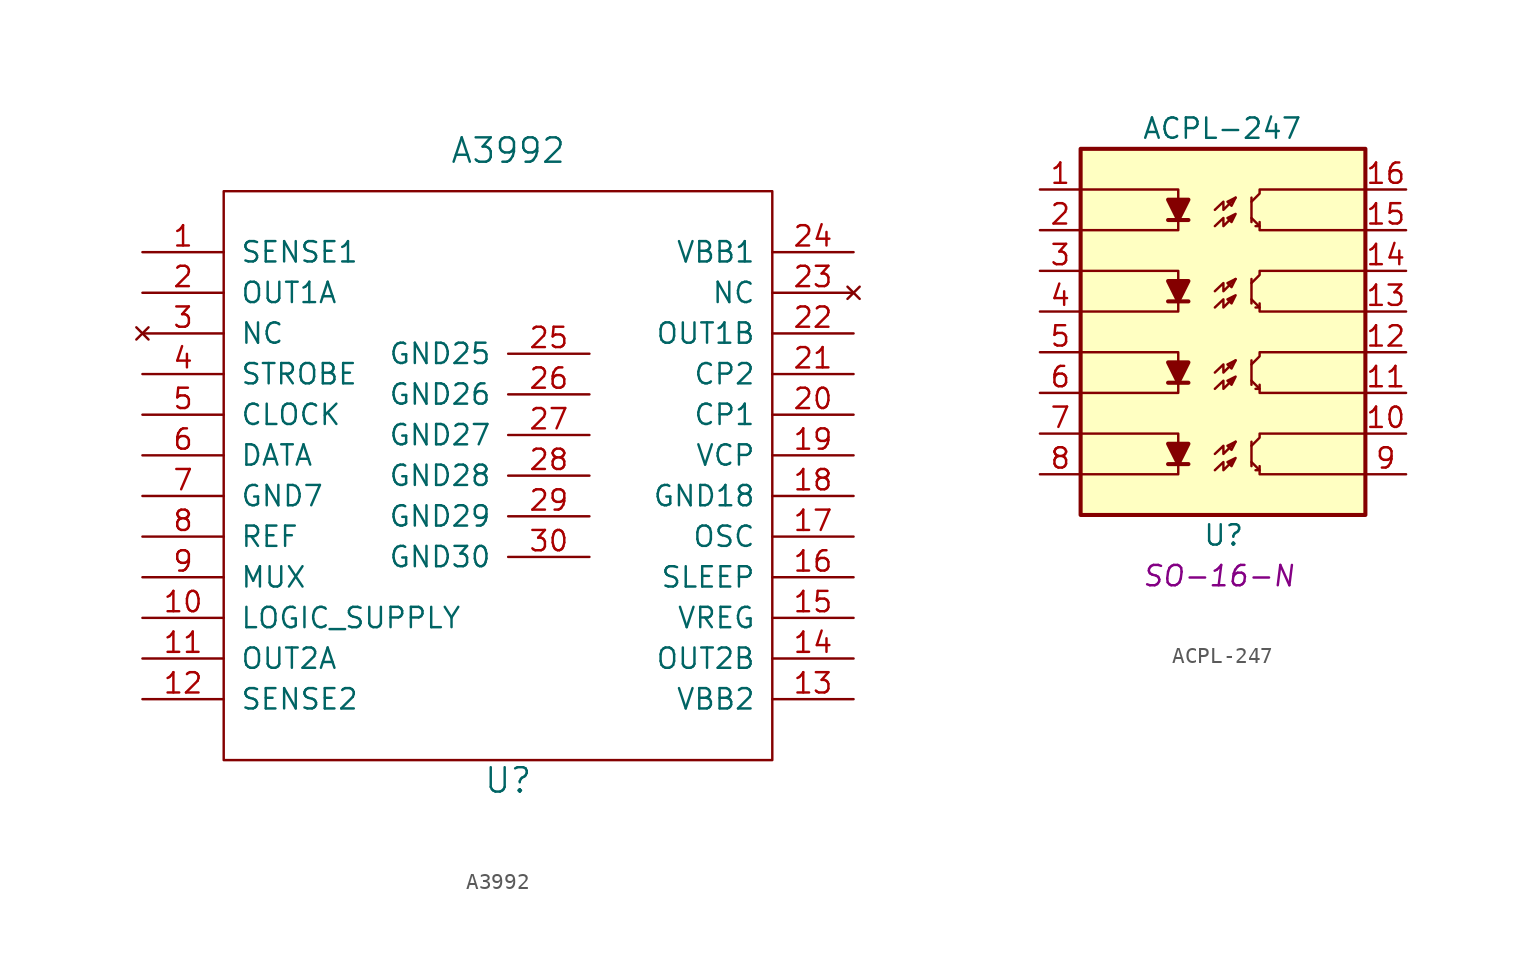
<source format=kicad_sym>
(kicad_symbol_lib
  (version 20231120)
  (generator "kicad_symbol_editor")
  (generator_version "8.0")
  (symbol "A3992"
    (pin_names
      (offset 1.016))
    (property "Reference" "U"
      (at 0 -19.05 0)
      (effects (font (size 1.524 1.524))))
    (property "Value" "A3992"
      (at 0 20.32 0)
      (effects (font (size 1.524 1.524))))
    (property "Footprint" ""
      (at 0 20.32 0)
      (effects (font (size 1.524 1.524))))
    (property "Datasheet" ""
      (at 0 20.32 0)
      (effects (font (size 1.524 1.524))))
    (symbol "A3992_0_1"
      (rectangle (start -17.78 17.78) (end 16.51 -17.78) (stroke (width 0) (type solid)) (fill (type none))))
    (symbol "A3992_1_1"
      (pin output line (at -22.86 13.97 0) (length 5.08) (name "SENSE1" (effects (font (size 1.27 1.27)))) (number "1" (effects (font (size 1.27 1.27)))))
      (pin power_in line (at -22.86 -8.89 0) (length 5.08) (name "LOGIC_SUPPLY" (effects (font (size 1.27 1.27)))) (number "10" (effects (font (size 1.27 1.27)))))
      (pin output line (at -22.86 -11.43 0) (length 5.08) (name "OUT2A" (effects (font (size 1.27 1.27)))) (number "11" (effects (font (size 1.27 1.27)))))
      (pin output line (at -22.86 -13.97 0) (length 5.08) (name "SENSE2" (effects (font (size 1.27 1.27)))) (number "12" (effects (font (size 1.27 1.27)))))
      (pin power_in line (at 21.59 -13.97 180) (length 5.08) (name "VBB2" (effects (font (size 1.27 1.27)))) (number "13" (effects (font (size 1.27 1.27)))))
      (pin output line (at 21.59 -11.43 180) (length 5.08) (name "OUT2B" (effects (font (size 1.27 1.27)))) (number "14" (effects (font (size 1.27 1.27)))))
      (pin bidirectional line (at 21.59 -8.89 180) (length 5.08) (name "VREG" (effects (font (size 1.27 1.27)))) (number "15" (effects (font (size 1.27 1.27)))))
      (pin input line (at 21.59 -6.35 180) (length 5.08) (name "SLEEP" (effects (font (size 1.27 1.27)))) (number "16" (effects (font (size 1.27 1.27)))))
      (pin input line (at 21.59 -3.81 180) (length 5.08) (name "OSC" (effects (font (size 1.27 1.27)))) (number "17" (effects (font (size 1.27 1.27)))))
      (pin power_in line (at 21.59 -1.27 180) (length 5.08) (name "GND18" (effects (font (size 1.27 1.27)))) (number "18" (effects (font (size 1.27 1.27)))))
      (pin passive line (at 21.59 1.27 180) (length 5.08) (name "VCP" (effects (font (size 1.27 1.27)))) (number "19" (effects (font (size 1.27 1.27)))))
      (pin output line (at -22.86 11.43 0) (length 5.08) (name "OUT1A" (effects (font (size 1.27 1.27)))) (number "2" (effects (font (size 1.27 1.27)))))
      (pin bidirectional line (at 21.59 3.81 180) (length 5.08) (name "CP1" (effects (font (size 1.27 1.27)))) (number "20" (effects (font (size 1.27 1.27)))))
      (pin bidirectional line (at 21.59 6.35 180) (length 5.08) (name "CP2" (effects (font (size 1.27 1.27)))) (number "21" (effects (font (size 1.27 1.27)))))
      (pin output line (at 21.59 8.89 180) (length 5.08) (name "OUT1B" (effects (font (size 1.27 1.27)))) (number "22" (effects (font (size 1.27 1.27)))))
      (pin no_connect line (at 21.59 11.43 180) (length 5.08) (name "NC" (effects (font (size 1.27 1.27)))) (number "23" (effects (font (size 1.27 1.27)))))
      (pin input line (at 21.59 13.97 180) (length 5.08) (name "VBB1" (effects (font (size 1.27 1.27)))) (number "24" (effects (font (size 1.27 1.27)))))
      (pin power_in line (at 5.08 7.62 180) (length 5.08) (name "GND25" (effects (font (size 1.27 1.27)))) (number "25" (effects (font (size 1.27 1.27)))))
      (pin power_in line (at 5.08 5.08 180) (length 5.08) (name "GND26" (effects (font (size 1.27 1.27)))) (number "26" (effects (font (size 1.27 1.27)))))
      (pin power_in line (at 5.08 2.54 180) (length 5.08) (name "GND27" (effects (font (size 1.27 1.27)))) (number "27" (effects (font (size 1.27 1.27)))))
      (pin power_in line (at 5.08 0 180) (length 5.08) (name "GND28" (effects (font (size 1.27 1.27)))) (number "28" (effects (font (size 1.27 1.27)))))
      (pin power_in line (at 5.08 -2.54 180) (length 5.08) (name "GND29" (effects (font (size 1.27 1.27)))) (number "29" (effects (font (size 1.27 1.27)))))
      (pin no_connect line (at -22.86 8.89 0) (length 5.08) (name "NC" (effects (font (size 1.27 1.27)))) (number "3" (effects (font (size 1.27 1.27)))))
      (pin power_in line (at 5.08 -5.08 180) (length 5.08) (name "GND30" (effects (font (size 1.27 1.27)))) (number "30" (effects (font (size 1.27 1.27)))))
      (pin input line (at -22.86 6.35 0) (length 5.08) (name "STROBE" (effects (font (size 1.27 1.27)))) (number "4" (effects (font (size 1.27 1.27)))))
      (pin input line (at -22.86 3.81 0) (length 5.08) (name "CLOCK" (effects (font (size 1.27 1.27)))) (number "5" (effects (font (size 1.27 1.27)))))
      (pin input line (at -22.86 1.27 0) (length 5.08) (name "DATA" (effects (font (size 1.27 1.27)))) (number "6" (effects (font (size 1.27 1.27)))))
      (pin power_in line (at -22.86 -1.27 0) (length 5.08) (name "GND7" (effects (font (size 1.27 1.27)))) (number "7" (effects (font (size 1.27 1.27)))))
      (pin passive line (at -22.86 -3.81 0) (length 5.08) (name "REF" (effects (font (size 1.27 1.27)))) (number "8" (effects (font (size 1.27 1.27)))))
      (pin input line (at -22.86 -6.35 0) (length 5.08) (name "MUX" (effects (font (size 1.27 1.27)))) (number "9" (effects (font (size 1.27 1.27)))))))
  (symbol "ACPL-247"
    (pin_names
      (offset 1.016))
    (property "Reference" "U"
      (at -1.27 -12.7 0)
      (effects (font (size 1.27 1.27)) (justify left)))
    (property "Value" "ACPL-247"
      (at -5.08 12.7 0)
      (effects (font (size 1.27 1.27)) (justify left)))
    (property "Footprint" "SO-16-N"
      (at -5.08 -15.24 0)
      (effects (font (size 1.27 1.27) (italic yes)) (justify left)))
    (property "Datasheet" ""
      (at 0 -2.794 0)
      (effects (font (size 1.27 1.27)) (justify left)))
    (symbol "ACPL-247_0_1"
      (rectangle (start -8.89 11.43) (end 8.89 -11.43) (stroke (width 0.254) (type solid)) (fill (type background)))
      (polyline (pts (xy -3.429 -8.255) (xy -2.159 -8.255)) (stroke (width 0.254) (type solid)) (fill (type none)))
      (polyline (pts (xy -3.429 -3.175) (xy -2.159 -3.175)) (stroke (width 0.254) (type solid)) (fill (type none)))
      (polyline (pts (xy -3.429 1.905) (xy -2.159 1.905)) (stroke (width 0.254) (type solid)) (fill (type none)))
      (polyline (pts (xy -3.429 6.985) (xy -2.159 6.985)) (stroke (width 0.254) (type solid)) (fill (type none)))
      (polyline (pts (xy 1.778 -6.858) (xy 1.778 -8.382)) (stroke (width 0) (type solid)) (fill (type none)))
      (polyline (pts (xy 1.778 -1.778) (xy 1.778 -3.302)) (stroke (width 0) (type solid)) (fill (type none)))
      (polyline (pts (xy 1.778 3.302) (xy 1.778 1.778)) (stroke (width 0) (type solid)) (fill (type none)))
      (polyline (pts (xy 1.778 6.858) (xy 1.778 8.382)) (stroke (width 0) (type solid)) (fill (type none)))
      (polyline (pts (xy 2.286 -8.382) (xy 2.286 -8.636) (xy 2.032 -8.636)) (stroke (width 0) (type solid)) (fill (type none)))
      (polyline (pts (xy 2.286 -3.302) (xy 2.286 -3.556) (xy 2.032 -3.556)) (stroke (width 0) (type solid)) (fill (type none)))
      (polyline (pts (xy 2.286 1.778) (xy 2.286 1.524) (xy 2.032 1.524)) (stroke (width 0) (type solid)) (fill (type none)))
      (polyline (pts (xy 2.286 6.858) (xy 2.286 6.604) (xy 2.032 6.604)) (stroke (width 0) (type solid)) (fill (type none)))
      (polyline (pts (xy -8.89 -6.35) (xy -2.794 -6.35) (xy -2.794 -8.89) (xy -8.89 -8.89)) (stroke (width 0) (type solid)) (fill (type none)))
      (polyline (pts (xy -8.89 -1.27) (xy -2.794 -1.27) (xy -2.794 -3.81) (xy -8.89 -3.81)) (stroke (width 0) (type solid)) (fill (type none)))
      (polyline (pts (xy -8.89 3.81) (xy -2.794 3.81) (xy -2.794 1.27) (xy -8.89 1.27)) (stroke (width 0) (type solid)) (fill (type none)))
      (polyline (pts (xy -8.89 8.89) (xy -2.794 8.89) (xy -2.794 6.35) (xy -8.89 6.35)) (stroke (width 0) (type solid)) (fill (type none)))
      (polyline (pts (xy -2.794 -8.255) (xy -3.429 -6.985) (xy -2.159 -6.985) (xy -2.794 -8.255)) (stroke (width 0.254) (type solid)) (fill (type outline)))
      (polyline (pts (xy -2.794 -3.175) (xy -3.429 -1.905) (xy -2.159 -1.905) (xy -2.794 -3.175)) (stroke (width 0.254) (type solid)) (fill (type outline)))
      (polyline (pts (xy -2.794 1.905) (xy -3.429 3.175) (xy -2.159 3.175) (xy -2.794 1.905)) (stroke (width 0.254) (type solid)) (fill (type outline)))
      (polyline (pts (xy -2.794 6.985) (xy -3.429 8.255) (xy -2.159 8.255) (xy -2.794 6.985)) (stroke (width 0.254) (type solid)) (fill (type outline)))
      (polyline (pts (xy -0.508 -7.62) (xy 0.025 -7.112) (xy 0.025 -7.62) (xy 0.787 -6.858)) (stroke (width 0) (type solid)) (fill (type none)))
      (polyline (pts (xy -0.508 -2.54) (xy 0.025 -2.032) (xy 0.025 -2.54) (xy 0.787 -1.778)) (stroke (width 0) (type solid)) (fill (type none)))
      (polyline (pts (xy -0.508 2.54) (xy 0.025 3.048) (xy 0.025 2.54) (xy 0.787 3.302)) (stroke (width 0) (type solid)) (fill (type none)))
      (polyline (pts (xy -0.508 7.62) (xy 0.025 8.128) (xy 0.025 7.62) (xy 0.787 8.382)) (stroke (width 0) (type solid)) (fill (type none)))
      (polyline (pts (xy 0.787 -6.858) (xy 0.279 -7.112) (xy 0.533 -7.366) (xy 0.787 -6.858)) (stroke (width 0) (type solid)) (fill (type none)))
      (polyline (pts (xy 0.787 -1.778) (xy 0.279 -2.032) (xy 0.533 -2.286) (xy 0.787 -1.778)) (stroke (width 0) (type solid)) (fill (type none)))
      (polyline (pts (xy 0.787 3.302) (xy 0.279 3.048) (xy 0.533 2.794) (xy 0.787 3.302)) (stroke (width 0) (type solid)) (fill (type none)))
      (polyline (pts (xy 0.787 8.382) (xy 0.279 8.128) (xy 0.533 7.874) (xy 0.787 8.382)) (stroke (width 0) (type solid)) (fill (type none)))
      (polyline (pts (xy 1.778 2.032) (xy 2.286 1.524) (xy 2.286 1.27) (xy 8.89 1.27)) (stroke (width 0) (type solid)) (fill (type none)))
      (polyline (pts (xy 1.778 3.048) (xy 2.286 3.556) (xy 2.286 3.81) (xy 8.89 3.81)) (stroke (width 0) (type solid)) (fill (type none)))
      (polyline (pts (xy 8.89 -8.89) (xy 2.286 -8.89) (xy 2.286 -8.636) (xy 1.778 -8.128)) (stroke (width 0) (type solid)) (fill (type none)))
      (polyline (pts (xy 8.89 -6.35) (xy 2.286 -6.35) (xy 2.286 -6.604) (xy 1.778 -7.112)) (stroke (width 0) (type solid)) (fill (type none)))
      (polyline (pts (xy 8.89 -3.81) (xy 2.286 -3.81) (xy 2.286 -3.556) (xy 1.778 -3.048)) (stroke (width 0) (type solid)) (fill (type none)))
      (polyline (pts (xy 8.89 -1.27) (xy 2.286 -1.27) (xy 2.286 -1.524) (xy 1.778 -2.032)) (stroke (width 0) (type solid)) (fill (type none)))
      (polyline (pts (xy 8.89 6.35) (xy 2.286 6.35) (xy 2.286 6.604) (xy 1.778 7.112)) (stroke (width 0) (type solid)) (fill (type none)))
      (polyline (pts (xy 8.89 8.89) (xy 2.286 8.89) (xy 2.286 8.636) (xy 1.778 8.128)) (stroke (width 0) (type solid)) (fill (type none)))
      (polyline (pts (xy -0.508 -8.636) (xy 0.025 -8.128) (xy 0.025 -8.636) (xy 0.787 -7.874) (xy 0.279 -8.128) (xy 0.533 -8.382) (xy 0.787 -7.874)) (stroke (width 0) (type solid)) (fill (type none)))
      (polyline (pts (xy -0.508 -3.556) (xy 0.025 -3.048) (xy 0.025 -3.556) (xy 0.787 -2.794) (xy 0.279 -3.048) (xy 0.533 -3.302) (xy 0.787 -2.794)) (stroke (width 0) (type solid)) (fill (type none)))
      (polyline (pts (xy -0.508 1.524) (xy 0.025 2.032) (xy 0.025 1.524) (xy 0.787 2.286) (xy 0.279 2.032) (xy 0.533 1.778) (xy 0.787 2.286)) (stroke (width 0) (type solid)) (fill (type none)))
      (polyline (pts (xy -0.508 6.604) (xy 0.025 7.112) (xy 0.025 6.604) (xy 0.787 7.366) (xy 0.279 7.112) (xy 0.533 6.858) (xy 0.787 7.366)) (stroke (width 0) (type solid)) (fill (type none))))
    (symbol "ACPL-247_1_1"
      (pin passive line (at -11.43 8.89 0) (length 2.54) (name "~" (effects (font (size 1.27 1.27)))) (number "1" (effects (font (size 1.27 1.27)))))
      (pin passive line (at 11.43 -6.35 180) (length 2.54) (name "~" (effects (font (size 1.27 1.27)))) (number "10" (effects (font (size 1.27 1.27)))))
      (pin passive line (at 11.43 -3.81 180) (length 2.54) (name "~" (effects (font (size 1.27 1.27)))) (number "11" (effects (font (size 1.27 1.27)))))
      (pin passive line (at 11.43 -1.27 180) (length 2.54) (name "~" (effects (font (size 1.27 1.27)))) (number "12" (effects (font (size 1.27 1.27)))))
      (pin passive line (at 11.43 1.27 180) (length 2.54) (name "~" (effects (font (size 1.27 1.27)))) (number "13" (effects (font (size 1.27 1.27)))))
      (pin passive line (at 11.43 3.81 180) (length 2.54) (name "~" (effects (font (size 1.27 1.27)))) (number "14" (effects (font (size 1.27 1.27)))))
      (pin passive line (at 11.43 6.35 180) (length 2.54) (name "~" (effects (font (size 1.27 1.27)))) (number "15" (effects (font (size 1.27 1.27)))))
      (pin passive line (at 11.43 8.89 180) (length 2.54) (name "~" (effects (font (size 1.27 1.27)))) (number "16" (effects (font (size 1.27 1.27)))))
      (pin passive line (at -11.43 6.35 0) (length 2.54) (name "~" (effects (font (size 1.27 1.27)))) (number "2" (effects (font (size 1.27 1.27)))))
      (pin passive line (at -11.43 3.81 0) (length 2.54) (name "~" (effects (font (size 1.27 1.27)))) (number "3" (effects (font (size 1.27 1.27)))))
      (pin passive line (at -11.43 1.27 0) (length 2.54) (name "~" (effects (font (size 1.27 1.27)))) (number "4" (effects (font (size 1.27 1.27)))))
      (pin passive line (at -11.43 -1.27 0) (length 2.54) (name "~" (effects (font (size 1.27 1.27)))) (number "5" (effects (font (size 1.27 1.27)))))
      (pin passive line (at -11.43 -3.81 0) (length 2.54) (name "~" (effects (font (size 1.27 1.27)))) (number "6" (effects (font (size 1.27 1.27)))))
      (pin passive line (at -11.43 -6.35 0) (length 2.54) (name "~" (effects (font (size 1.27 1.27)))) (number "7" (effects (font (size 1.27 1.27)))))
      (pin passive line (at -11.43 -8.89 0) (length 2.54) (name "~" (effects (font (size 1.27 1.27)))) (number "8" (effects (font (size 1.27 1.27)))))
      (pin passive line (at 11.43 -8.89 180) (length 2.54) (name "~" (effects (font (size 1.27 1.27)))) (number "9" (effects (font (size 1.27 1.27))))))))
</source>
